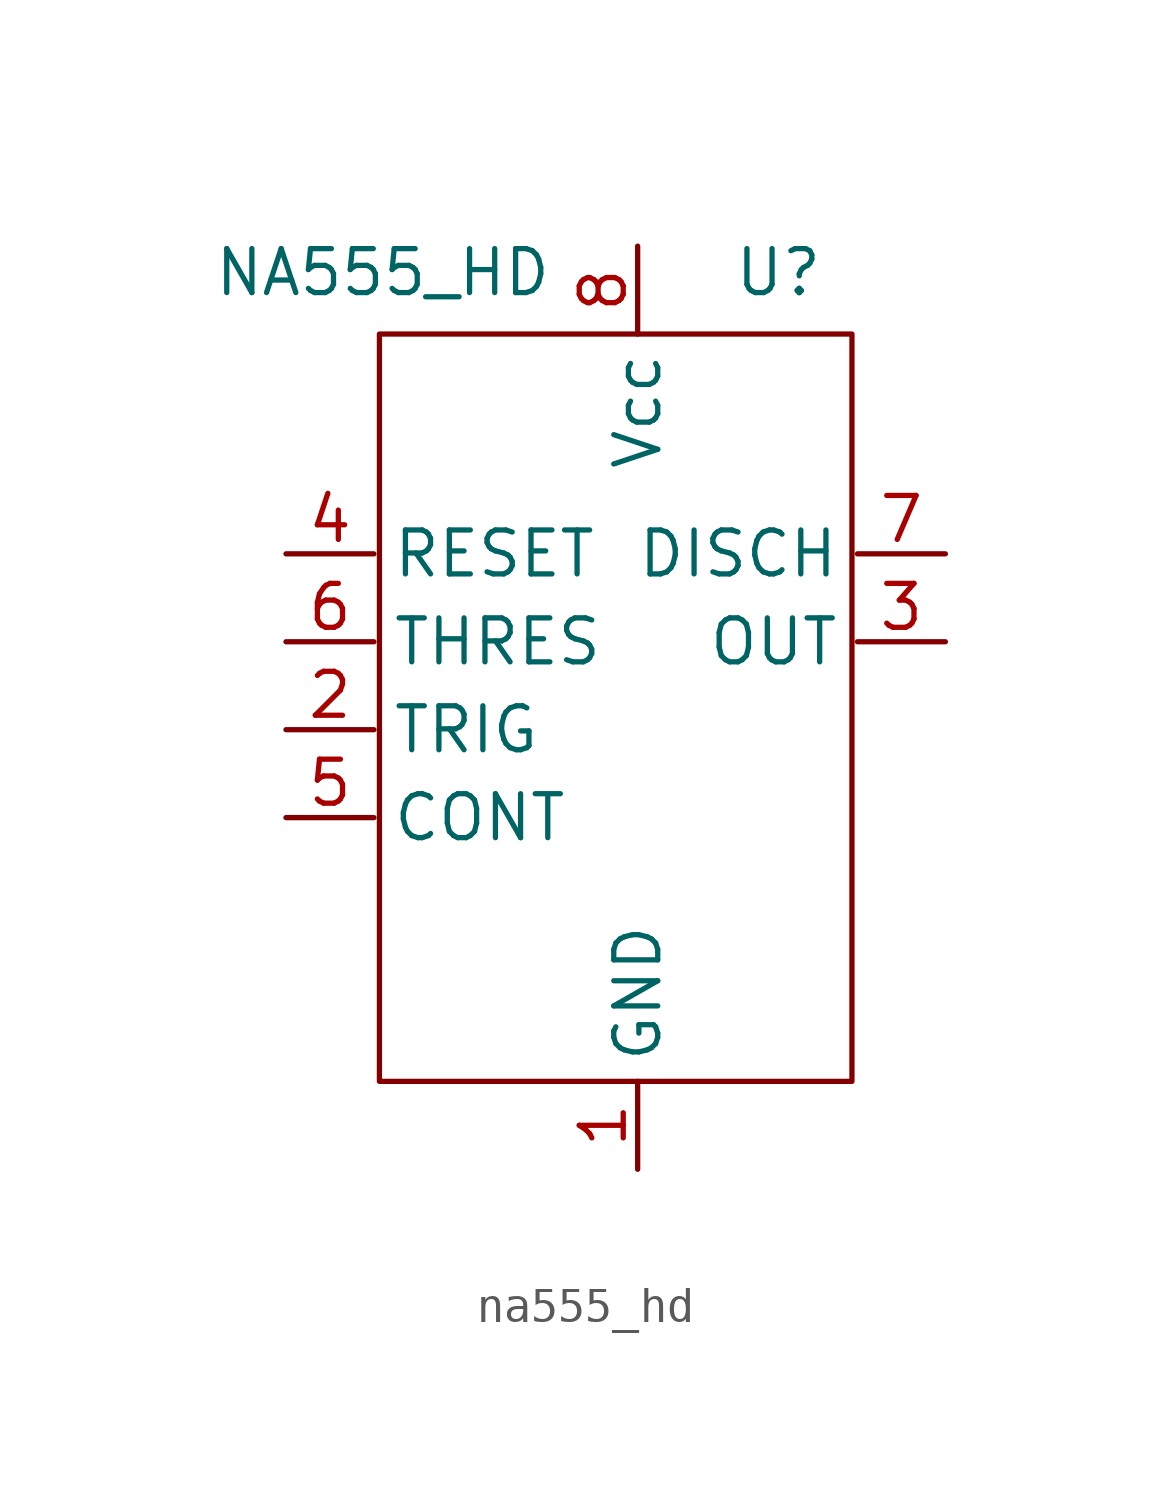
<source format=kicad_sym>
(kicad_symbol_lib
  (version 20241209)
  (generator "kicad_symbol_editor")
  (generator_version "9.0")
  (symbol "na555_hd"
    (property "Reference" "U"
      (at 5.334 11.938 0)
      (effects (font (size 1.27 1.27))))
    (property "Value" "NA555_HD"
      (at -6.096 11.938 0)
      (effects (font (size 1.27 1.27))))
    (symbol "na555_hd_0_1"
      (rectangle (start -6.191 10.16) (end 7.461 -11.43) (stroke (width 0) (type default)) (fill (type none))))
    (symbol "na555_hd_1_1"
      (pin input line (at -8.89 3.81 0) (length 2.54) (name "RESET" (effects (font (size 1.27 1.27)))) (number "4" (effects (font (size 1.27 1.27)))))
      (pin input line (at -8.89 1.27 0) (length 2.54) (name "THRES" (effects (font (size 1.27 1.27)))) (number "6" (effects (font (size 1.27 1.27)))))
      (pin input line (at -8.89 -1.27 0) (length 2.54) (name "TRIG" (effects (font (size 1.27 1.27)))) (number "2" (effects (font (size 1.27 1.27)))))
      (pin bidirectional line (at -8.89 -3.81 0) (length 2.54) (name "CONT" (effects (font (size 1.27 1.27)))) (number "5" (effects (font (size 1.27 1.27)))))
      (pin power_in line (at 1.27 12.7 270) (length 2.54) (name "Vcc" (effects (font (size 1.27 1.27)))) (number "8" (effects (font (size 1.27 1.27)))))
      (pin power_in line (at 1.27 -13.97 90) (length 2.54) (name "GND" (effects (font (size 1.27 1.27)))) (number "1" (effects (font (size 1.27 1.27)))))
      (pin output line (at 10.16 3.81 180) (length 2.54) (name "DISCH" (effects (font (size 1.27 1.27)))) (number "7" (effects (font (size 1.27 1.27)))))
      (pin output line (at 10.16 1.27 180) (length 2.54) (name "OUT" (effects (font (size 1.27 1.27)))) (number "3" (effects (font (size 1.27 1.27))))))))
</source>
